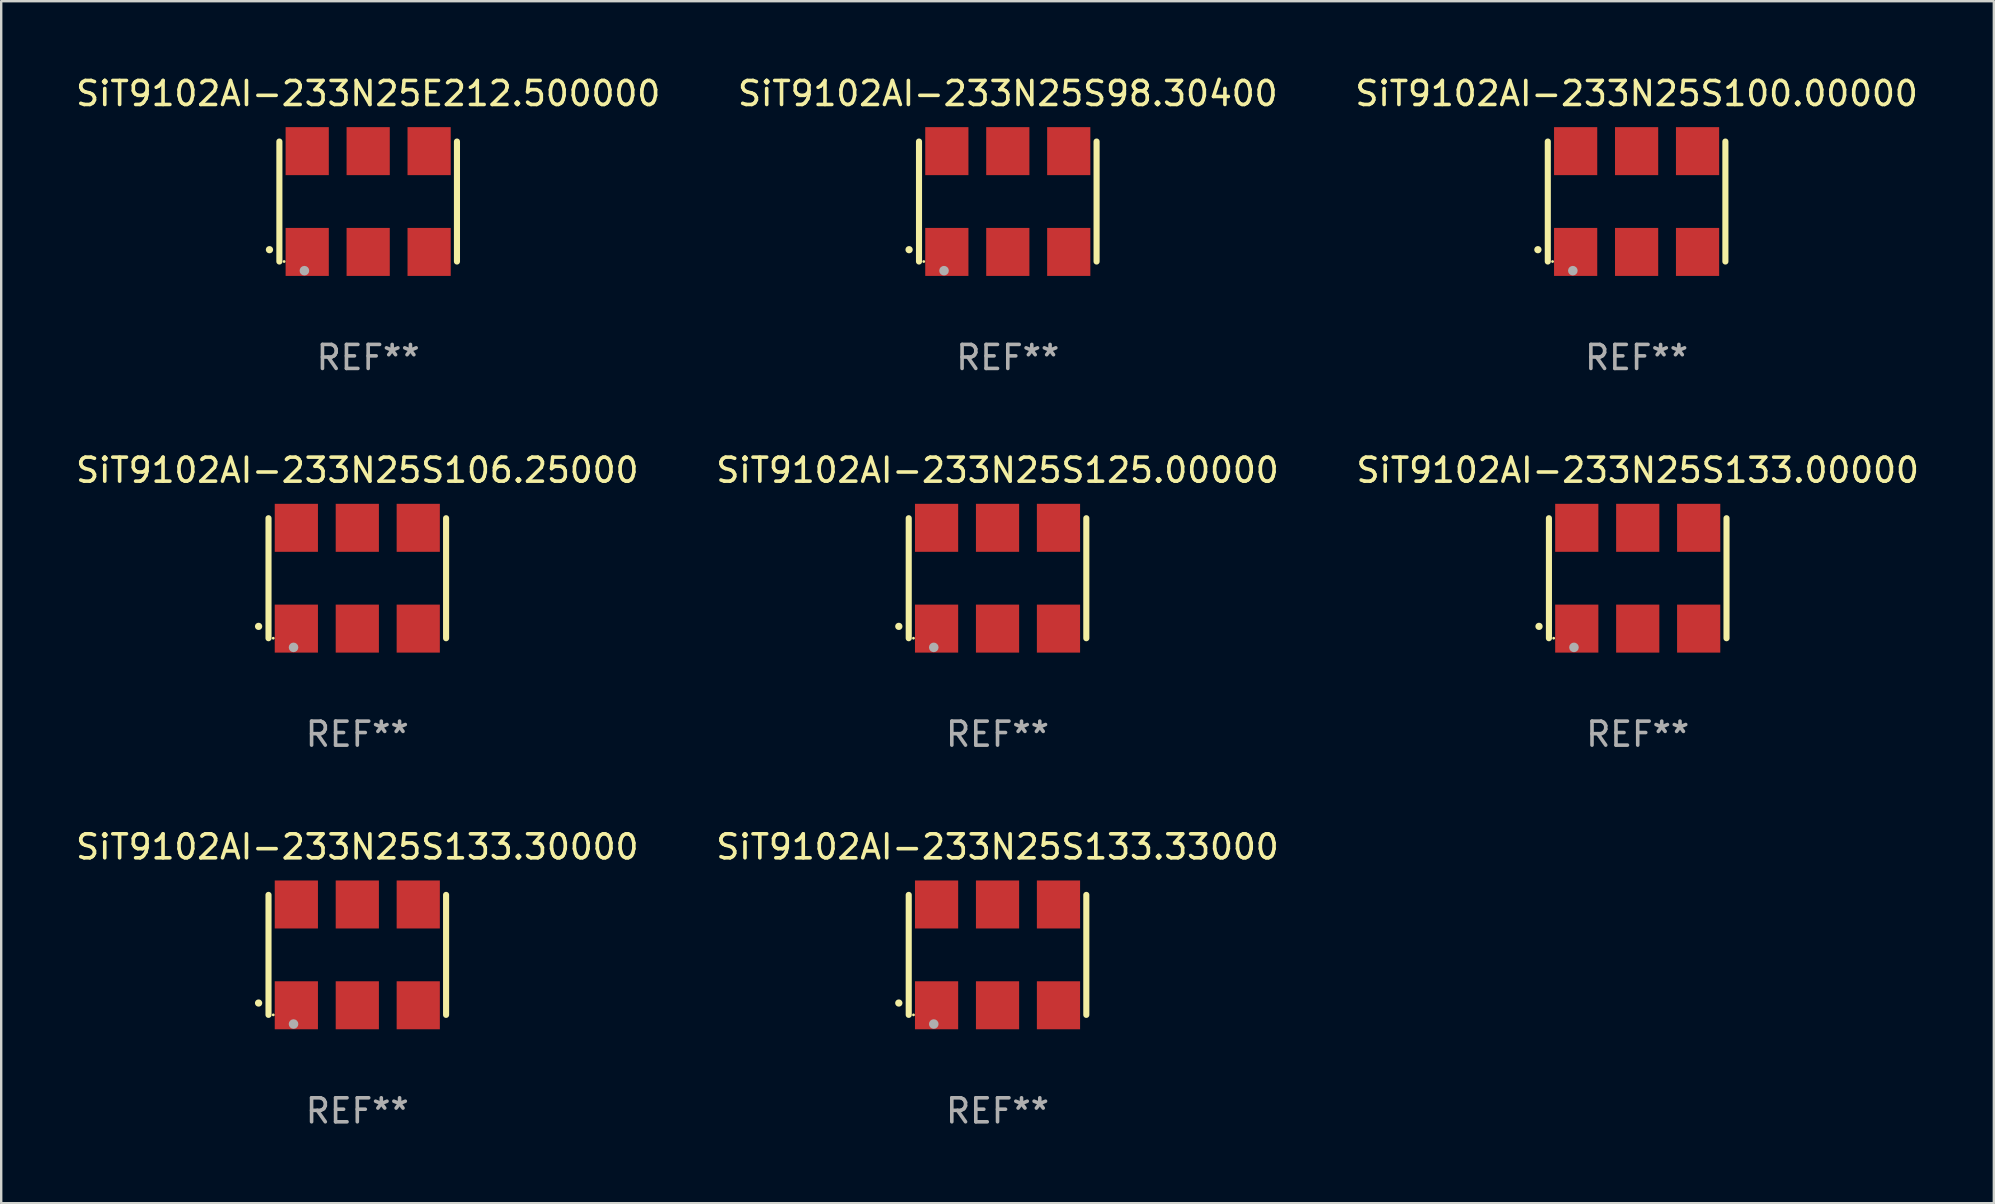
<source format=kicad_pcb>
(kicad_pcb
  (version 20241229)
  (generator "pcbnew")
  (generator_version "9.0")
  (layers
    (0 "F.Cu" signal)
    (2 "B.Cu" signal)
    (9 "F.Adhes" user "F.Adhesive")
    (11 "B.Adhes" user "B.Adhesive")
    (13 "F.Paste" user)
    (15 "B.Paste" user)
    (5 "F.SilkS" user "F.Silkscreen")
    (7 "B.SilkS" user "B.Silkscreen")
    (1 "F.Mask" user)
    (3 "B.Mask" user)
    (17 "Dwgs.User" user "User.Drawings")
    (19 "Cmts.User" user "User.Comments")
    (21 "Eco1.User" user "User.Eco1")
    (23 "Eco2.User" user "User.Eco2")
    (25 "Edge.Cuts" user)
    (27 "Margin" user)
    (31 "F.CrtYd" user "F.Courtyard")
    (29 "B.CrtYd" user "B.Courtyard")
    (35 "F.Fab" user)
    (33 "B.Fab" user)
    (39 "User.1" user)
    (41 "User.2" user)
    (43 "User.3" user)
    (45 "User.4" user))
  (footprint "SiT9102AI-233N25S125.00000"
    (layer "F.Cu")
    (at 38.518 21.045)
    (property "Reference" "SiT9102AI-233N25S125.00000" (at 0 -4.5 0) (layer "F.SilkS") (effects (font (size 1 1) (thickness 0.15))))
    (attr through_hole)
    (fp_line (start -3.7 -2.5) (end -3.7 2.5) (stroke (width 0.254) (type solid)) (layer "F.SilkS"))
    (fp_line (start 3.7 -2.5) (end 3.7 2.5) (stroke (width 0.254) (type solid)) (layer "F.SilkS"))
    (fp_arc (start -4.114415 2.006604) (mid -4.113145 2.006599) (end -4.111875 2.006604) (stroke (width 0.3) (type solid)) (layer "F.SilkS"))
    (fp_circle (center -3.502 2.5) (end -3.472 2.5) (stroke (width 0.06) (type solid)) (fill no) (layer "F.SilkS"))
    (fp_circle (center -2.657 2.882) (end -2.557 2.882) (stroke (width 0.2) (type solid)) (fill no) (layer "F.Fab"))
    (fp_text user "REF**" (at 0 6.5 0) (layer "F.Fab") (effects (font (size 1 1) (thickness 0.15))))
    (pad "1" smd rect (at -2.54 2.1) (size 1.8 2) (layers "F.Cu" "F.Mask" "F.Paste"))
    (pad "2" smd rect (at 0.000394 2.1) (size 1.8 2) (layers "F.Cu" "F.Mask" "F.Paste"))
    (pad "3" smd rect (at 2.54 2.1) (size 1.8 2) (layers "F.Cu" "F.Mask" "F.Paste"))
    (pad "4" smd rect (at 2.54 -2.1) (size 1.8 2) (layers "F.Cu" "F.Mask" "F.Paste"))
    (pad "5" smd rect (at 0.000394 -2.1) (size 1.8 2) (layers "F.Cu" "F.Mask" "F.Paste"))
    (pad "6" smd rect (at -2.54 -2.1) (size 1.8 2) (layers "F.Cu" "F.Mask" "F.Paste")))
  (footprint "SiT9102AI-233N25S100.00000"
    (layer "F.Cu")
    (at 65.149 5.348)
    (property "Reference" "SiT9102AI-233N25S100.00000" (at 0 -4.5 0) (layer "F.SilkS") (effects (font (size 1 1) (thickness 0.15))))
    (attr through_hole)
    (fp_line (start -3.7 -2.5) (end -3.7 2.5) (stroke (width 0.254) (type solid)) (layer "F.SilkS"))
    (fp_line (start 3.7 -2.5) (end 3.7 2.5) (stroke (width 0.254) (type solid)) (layer "F.SilkS"))
    (fp_arc (start -4.114415 2.006604) (mid -4.113145 2.006599) (end -4.111875 2.006604) (stroke (width 0.3) (type solid)) (layer "F.SilkS"))
    (fp_circle (center -3.502 2.5) (end -3.472 2.5) (stroke (width 0.06) (type solid)) (fill no) (layer "F.SilkS"))
    (fp_circle (center -2.657 2.882) (end -2.557 2.882) (stroke (width 0.2) (type solid)) (fill no) (layer "F.Fab"))
    (fp_text user "REF**" (at 0 6.5 0) (layer "F.Fab") (effects (font (size 1 1) (thickness 0.15))))
    (pad "1" smd rect (at -2.54 2.1) (size 1.8 2) (layers "F.Cu" "F.Mask" "F.Paste"))
    (pad "2" smd rect (at 0.000394 2.1) (size 1.8 2) (layers "F.Cu" "F.Mask" "F.Paste"))
    (pad "3" smd rect (at 2.54 2.1) (size 1.8 2) (layers "F.Cu" "F.Mask" "F.Paste"))
    (pad "4" smd rect (at 2.54 -2.1) (size 1.8 2) (layers "F.Cu" "F.Mask" "F.Paste"))
    (pad "5" smd rect (at 0.000394 -2.1) (size 1.8 2) (layers "F.Cu" "F.Mask" "F.Paste"))
    (pad "6" smd rect (at -2.54 -2.1) (size 1.8 2) (layers "F.Cu" "F.Mask" "F.Paste")))
  (footprint "SiT9102AI-233N25S133.33000"
    (layer "F.Cu")
    (at 38.518 36.741)
    (property "Reference" "SiT9102AI-233N25S133.33000" (at 0 -4.5 0) (layer "F.SilkS") (effects (font (size 1 1) (thickness 0.15))))
    (attr through_hole)
    (fp_line (start -3.7 -2.5) (end -3.7 2.5) (stroke (width 0.254) (type solid)) (layer "F.SilkS"))
    (fp_line (start 3.7 -2.5) (end 3.7 2.5) (stroke (width 0.254) (type solid)) (layer "F.SilkS"))
    (fp_arc (start -4.114415 2.006604) (mid -4.113145 2.006599) (end -4.111875 2.006604) (stroke (width 0.3) (type solid)) (layer "F.SilkS"))
    (fp_circle (center -3.502 2.5) (end -3.472 2.5) (stroke (width 0.06) (type solid)) (fill no) (layer "F.SilkS"))
    (fp_circle (center -2.657 2.882) (end -2.557 2.882) (stroke (width 0.2) (type solid)) (fill no) (layer "F.Fab"))
    (fp_text user "REF**" (at 0 6.5 0) (layer "F.Fab") (effects (font (size 1 1) (thickness 0.15))))
    (pad "1" smd rect (at -2.54 2.1) (size 1.8 2) (layers "F.Cu" "F.Mask" "F.Paste"))
    (pad "2" smd rect (at 0.000394 2.1) (size 1.8 2) (layers "F.Cu" "F.Mask" "F.Paste"))
    (pad "3" smd rect (at 2.54 2.1) (size 1.8 2) (layers "F.Cu" "F.Mask" "F.Paste"))
    (pad "4" smd rect (at 2.54 -2.1) (size 1.8 2) (layers "F.Cu" "F.Mask" "F.Paste"))
    (pad "5" smd rect (at 0.000394 -2.1) (size 1.8 2) (layers "F.Cu" "F.Mask" "F.Paste"))
    (pad "6" smd rect (at -2.54 -2.1) (size 1.8 2) (layers "F.Cu" "F.Mask" "F.Paste")))
  (footprint "SiT9102AI-233N25S133.30000"
    (layer "F.Cu")
    (at 11.839 36.741)
    (property "Reference" "SiT9102AI-233N25S133.30000" (at 0 -4.5 0) (layer "F.SilkS") (effects (font (size 1 1) (thickness 0.15))))
    (attr through_hole)
    (fp_line (start -3.7 -2.5) (end -3.7 2.5) (stroke (width 0.254) (type solid)) (layer "F.SilkS"))
    (fp_line (start 3.7 -2.5) (end 3.7 2.5) (stroke (width 0.254) (type solid)) (layer "F.SilkS"))
    (fp_arc (start -4.114415 2.006604) (mid -4.113145 2.006599) (end -4.111875 2.006604) (stroke (width 0.3) (type solid)) (layer "F.SilkS"))
    (fp_circle (center -3.502 2.5) (end -3.472 2.5) (stroke (width 0.06) (type solid)) (fill no) (layer "F.SilkS"))
    (fp_circle (center -2.657 2.882) (end -2.557 2.882) (stroke (width 0.2) (type solid)) (fill no) (layer "F.Fab"))
    (fp_text user "REF**" (at 0 6.5 0) (layer "F.Fab") (effects (font (size 1 1) (thickness 0.15))))
    (pad "1" smd rect (at -2.54 2.1) (size 1.8 2) (layers "F.Cu" "F.Mask" "F.Paste"))
    (pad "2" smd rect (at 0.000394 2.1) (size 1.8 2) (layers "F.Cu" "F.Mask" "F.Paste"))
    (pad "3" smd rect (at 2.54 2.1) (size 1.8 2) (layers "F.Cu" "F.Mask" "F.Paste"))
    (pad "4" smd rect (at 2.54 -2.1) (size 1.8 2) (layers "F.Cu" "F.Mask" "F.Paste"))
    (pad "5" smd rect (at 0.000394 -2.1) (size 1.8 2) (layers "F.Cu" "F.Mask" "F.Paste"))
    (pad "6" smd rect (at -2.54 -2.1) (size 1.8 2) (layers "F.Cu" "F.Mask" "F.Paste")))
  (footprint "SiT9102AI-233N25S106.25000"
    (layer "F.Cu")
    (at 11.839 21.045)
    (property "Reference" "SiT9102AI-233N25S106.25000" (at 0 -4.5 0) (layer "F.SilkS") (effects (font (size 1 1) (thickness 0.15))))
    (attr through_hole)
    (fp_line (start -3.7 -2.5) (end -3.7 2.5) (stroke (width 0.254) (type solid)) (layer "F.SilkS"))
    (fp_line (start 3.7 -2.5) (end 3.7 2.5) (stroke (width 0.254) (type solid)) (layer "F.SilkS"))
    (fp_arc (start -4.114415 2.006604) (mid -4.113145 2.006599) (end -4.111875 2.006604) (stroke (width 0.3) (type solid)) (layer "F.SilkS"))
    (fp_circle (center -3.502 2.5) (end -3.472 2.5) (stroke (width 0.06) (type solid)) (fill no) (layer "F.SilkS"))
    (fp_circle (center -2.657 2.882) (end -2.557 2.882) (stroke (width 0.2) (type solid)) (fill no) (layer "F.Fab"))
    (fp_text user "REF**" (at 0 6.5 0) (layer "F.Fab") (effects (font (size 1 1) (thickness 0.15))))
    (pad "1" smd rect (at -2.54 2.1) (size 1.8 2) (layers "F.Cu" "F.Mask" "F.Paste"))
    (pad "2" smd rect (at 0.000394 2.1) (size 1.8 2) (layers "F.Cu" "F.Mask" "F.Paste"))
    (pad "3" smd rect (at 2.54 2.1) (size 1.8 2) (layers "F.Cu" "F.Mask" "F.Paste"))
    (pad "4" smd rect (at 2.54 -2.1) (size 1.8 2) (layers "F.Cu" "F.Mask" "F.Paste"))
    (pad "5" smd rect (at 0.000394 -2.1) (size 1.8 2) (layers "F.Cu" "F.Mask" "F.Paste"))
    (pad "6" smd rect (at -2.54 -2.1) (size 1.8 2) (layers "F.Cu" "F.Mask" "F.Paste")))
  (footprint "SiT9102AI-233N25E212.500000"
    (layer "F.Cu")
    (at 12.292 5.348)
    (property "Reference" "SiT9102AI-233N25E212.500000" (at 0 -4.5 0) (layer "F.SilkS") (effects (font (size 1 1) (thickness 0.15))))
    (attr through_hole)
    (fp_line (start -3.7 -2.5) (end -3.7 2.5) (stroke (width 0.254) (type solid)) (layer "F.SilkS"))
    (fp_line (start 3.7 -2.5) (end 3.7 2.5) (stroke (width 0.254) (type solid)) (layer "F.SilkS"))
    (fp_arc (start -4.114415 2.006604) (mid -4.113145 2.006599) (end -4.111875 2.006604) (stroke (width 0.3) (type solid)) (layer "F.SilkS"))
    (fp_circle (center -3.502 2.5) (end -3.472 2.5) (stroke (width 0.06) (type solid)) (fill no) (layer "F.SilkS"))
    (fp_circle (center -2.657 2.882) (end -2.557 2.882) (stroke (width 0.2) (type solid)) (fill no) (layer "F.Fab"))
    (fp_text user "REF**" (at 0 6.5 0) (layer "F.Fab") (effects (font (size 1 1) (thickness 0.15))))
    (pad "1" smd rect (at -2.54 2.1) (size 1.8 2) (layers "F.Cu" "F.Mask" "F.Paste"))
    (pad "2" smd rect (at 0.000394 2.1) (size 1.8 2) (layers "F.Cu" "F.Mask" "F.Paste"))
    (pad "3" smd rect (at 2.54 2.1) (size 1.8 2) (layers "F.Cu" "F.Mask" "F.Paste"))
    (pad "4" smd rect (at 2.54 -2.1) (size 1.8 2) (layers "F.Cu" "F.Mask" "F.Paste"))
    (pad "5" smd rect (at 0.000394 -2.1) (size 1.8 2) (layers "F.Cu" "F.Mask" "F.Paste"))
    (pad "6" smd rect (at -2.54 -2.1) (size 1.8 2) (layers "F.Cu" "F.Mask" "F.Paste")))
  (footprint "SiT9102AI-233N25S98.30400"
    (layer "F.Cu")
    (at 38.946 5.348)
    (property "Reference" "SiT9102AI-233N25S98.30400" (at 0 -4.5 0) (layer "F.SilkS") (effects (font (size 1 1) (thickness 0.15))))
    (attr through_hole)
    (fp_line (start -3.7 -2.5) (end -3.7 2.5) (stroke (width 0.254) (type solid)) (layer "F.SilkS"))
    (fp_line (start 3.7 -2.5) (end 3.7 2.5) (stroke (width 0.254) (type solid)) (layer "F.SilkS"))
    (fp_arc (start -4.114415 2.006604) (mid -4.113145 2.006599) (end -4.111875 2.006604) (stroke (width 0.3) (type solid)) (layer "F.SilkS"))
    (fp_circle (center -3.502 2.5) (end -3.472 2.5) (stroke (width 0.06) (type solid)) (fill no) (layer "F.SilkS"))
    (fp_circle (center -2.657 2.882) (end -2.557 2.882) (stroke (width 0.2) (type solid)) (fill no) (layer "F.Fab"))
    (fp_text user "REF**" (at 0 6.5 0) (layer "F.Fab") (effects (font (size 1 1) (thickness 0.15))))
    (pad "1" smd rect (at -2.54 2.1) (size 1.8 2) (layers "F.Cu" "F.Mask" "F.Paste"))
    (pad "2" smd rect (at 0.000394 2.1) (size 1.8 2) (layers "F.Cu" "F.Mask" "F.Paste"))
    (pad "3" smd rect (at 2.54 2.1) (size 1.8 2) (layers "F.Cu" "F.Mask" "F.Paste"))
    (pad "4" smd rect (at 2.54 -2.1) (size 1.8 2) (layers "F.Cu" "F.Mask" "F.Paste"))
    (pad "5" smd rect (at 0.000394 -2.1) (size 1.8 2) (layers "F.Cu" "F.Mask" "F.Paste"))
    (pad "6" smd rect (at -2.54 -2.1) (size 1.8 2) (layers "F.Cu" "F.Mask" "F.Paste")))
  (footprint "SiT9102AI-233N25S133.00000"
    (layer "F.Cu")
    (at 65.196 21.045)
    (property "Reference" "SiT9102AI-233N25S133.00000" (at 0 -4.5 0) (layer "F.SilkS") (effects (font (size 1 1) (thickness 0.15))))
    (attr through_hole)
    (fp_line (start -3.7 -2.5) (end -3.7 2.5) (stroke (width 0.254) (type solid)) (layer "F.SilkS"))
    (fp_line (start 3.7 -2.5) (end 3.7 2.5) (stroke (width 0.254) (type solid)) (layer "F.SilkS"))
    (fp_arc (start -4.114415 2.006604) (mid -4.113145 2.006599) (end -4.111875 2.006604) (stroke (width 0.3) (type solid)) (layer "F.SilkS"))
    (fp_circle (center -3.502 2.5) (end -3.472 2.5) (stroke (width 0.06) (type solid)) (fill no) (layer "F.SilkS"))
    (fp_circle (center -2.657 2.882) (end -2.557 2.882) (stroke (width 0.2) (type solid)) (fill no) (layer "F.Fab"))
    (fp_text user "REF**" (at 0 6.5 0) (layer "F.Fab") (effects (font (size 1 1) (thickness 0.15))))
    (pad "1" smd rect (at -2.54 2.1) (size 1.8 2) (layers "F.Cu" "F.Mask" "F.Paste"))
    (pad "2" smd rect (at 0.000394 2.1) (size 1.8 2) (layers "F.Cu" "F.Mask" "F.Paste"))
    (pad "3" smd rect (at 2.54 2.1) (size 1.8 2) (layers "F.Cu" "F.Mask" "F.Paste"))
    (pad "4" smd rect (at 2.54 -2.1) (size 1.8 2) (layers "F.Cu" "F.Mask" "F.Paste"))
    (pad "5" smd rect (at 0.000394 -2.1) (size 1.8 2) (layers "F.Cu" "F.Mask" "F.Paste"))
    (pad "6" smd rect (at -2.54 -2.1) (size 1.8 2) (layers "F.Cu" "F.Mask" "F.Paste")))
  (gr_rect
    (start -3 -3)
    (end 80.036 47.09)
    (stroke (width 0.1) (type default))
    (fill no)
    (layer "Edge.Cuts")))
</source>
